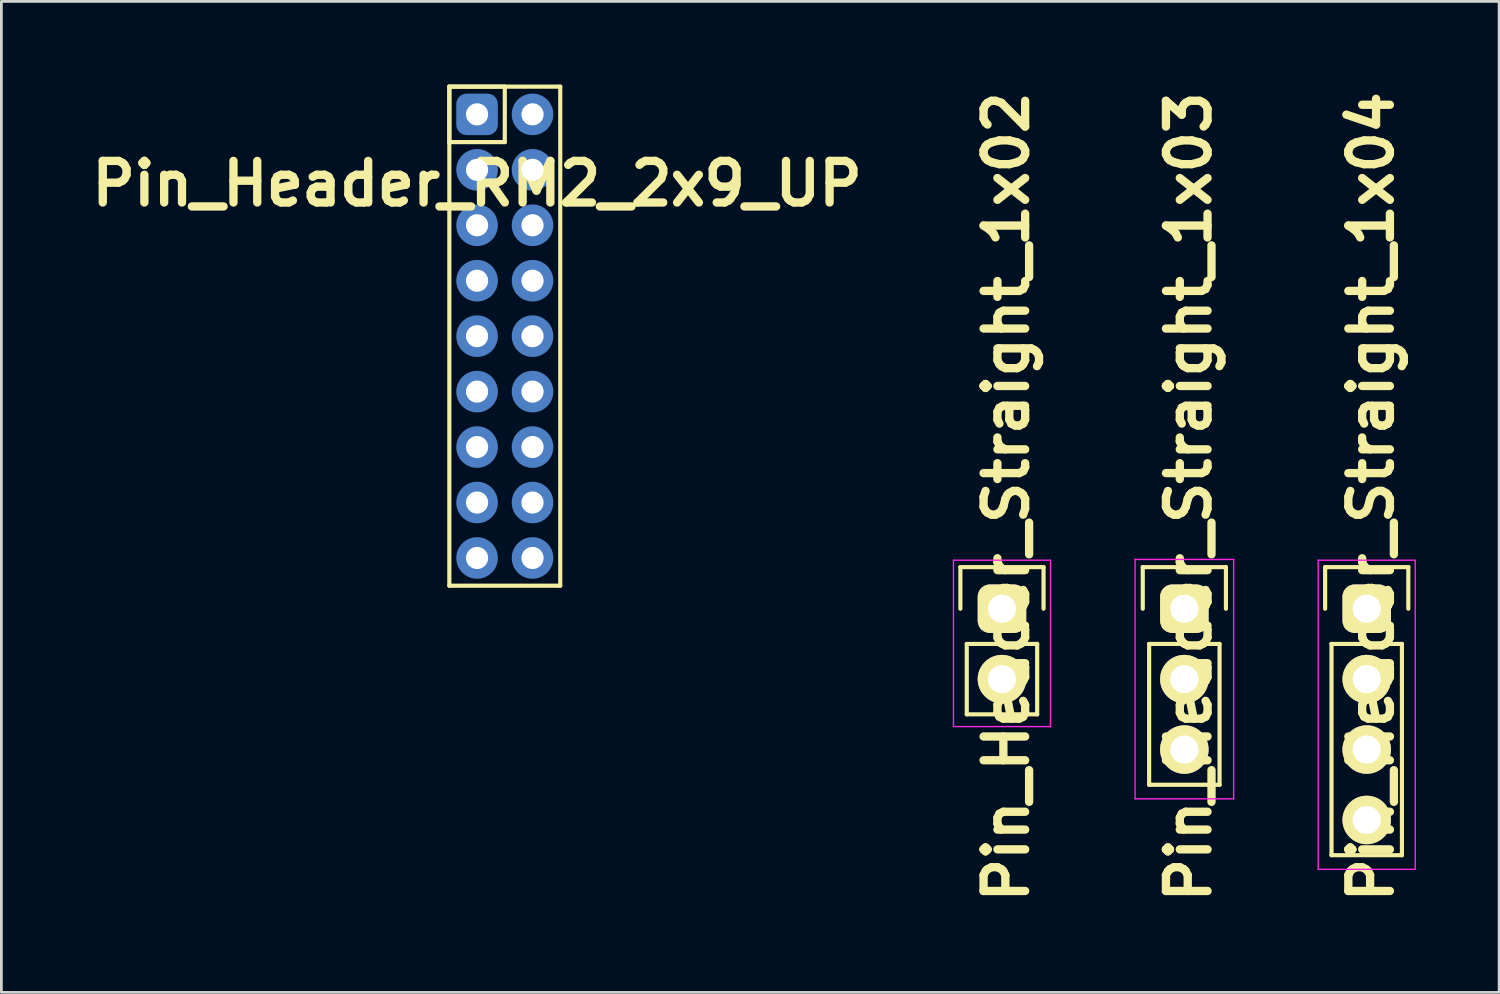
<source format=kicad_pcb>
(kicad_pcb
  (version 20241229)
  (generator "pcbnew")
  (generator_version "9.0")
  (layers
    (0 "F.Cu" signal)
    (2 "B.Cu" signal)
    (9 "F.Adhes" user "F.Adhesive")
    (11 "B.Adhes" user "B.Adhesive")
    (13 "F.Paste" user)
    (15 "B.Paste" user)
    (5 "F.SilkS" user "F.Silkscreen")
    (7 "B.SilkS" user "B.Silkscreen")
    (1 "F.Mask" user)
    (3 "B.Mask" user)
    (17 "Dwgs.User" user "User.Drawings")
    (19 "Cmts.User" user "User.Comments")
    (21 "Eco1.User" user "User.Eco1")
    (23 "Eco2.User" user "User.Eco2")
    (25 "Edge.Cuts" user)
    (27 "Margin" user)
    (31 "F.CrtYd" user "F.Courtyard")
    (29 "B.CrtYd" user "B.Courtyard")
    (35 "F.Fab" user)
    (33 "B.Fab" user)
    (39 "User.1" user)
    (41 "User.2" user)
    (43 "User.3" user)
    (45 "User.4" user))
  (footprint "Pin_Header_Straight_1x03"
    (layer "F.Cu")
    (at 39.667 18.905)
    (property "Reference" "Pin_Header_Straight_1x03" (at 0.158 -4.034 270) (layer "F.SilkS") (effects (font (size 1.5 1.5) (thickness 0.3))))
    (attr through_hole)
    (fp_line (start -1.5 -1.5) (end 1.5 -1.5) (stroke (width 0.15) (type solid)) (layer "F.SilkS"))
    (fp_line (start -1.5 0) (end -1.5 -1.5) (stroke (width 0.15) (type solid)) (layer "F.SilkS"))
    (fp_line (start -1.27 1.27) (end -1.27 6.35) (stroke (width 0.15) (type solid)) (layer "F.SilkS"))
    (fp_line (start -1.27 6.35) (end 1.27 6.35) (stroke (width 0.15) (type solid)) (layer "F.SilkS"))
    (fp_line (start 1.27 1.27) (end -1.27 1.27) (stroke (width 0.15) (type solid)) (layer "F.SilkS"))
    (fp_line (start 1.27 1.27) (end 1.27 6.35) (stroke (width 0.15) (type solid)) (layer "F.SilkS"))
    (fp_line (start 1.5 -1.5) (end 1.5 0) (stroke (width 0.15) (type solid)) (layer "F.SilkS"))
    (fp_line (start -1.778 -1.778) (end -1.778 6.858) (stroke (width 0.05) (type solid)) (layer "F.CrtYd"))
    (fp_line (start -1.778 -1.778) (end 1.778 -1.778) (stroke (width 0.05) (type solid)) (layer "F.CrtYd"))
    (fp_line (start -1.778 6.858) (end 1.778 6.858) (stroke (width 0.05) (type solid)) (layer "F.CrtYd"))
    (fp_line (start 1.778 -1.778) (end 1.778 6.858) (stroke (width 0.05) (type solid)) (layer "F.CrtYd"))
    (pad "1" thru_hole roundrect (at 0 0) (size 1.75 1.75) (drill 1.016) (layers "*.Cu" "*.Mask" "F.SilkS") (roundrect_rratio 0.25))
    (pad "2" thru_hole circle (at 0 2.54) (size 1.75 1.75) (drill 1.016) (layers "*.Cu" "*.Mask" "F.SilkS"))
    (pad "3" thru_hole circle (at 0 5.08) (size 1.75 1.75) (drill 1.016) (layers "*.Cu" "*.Mask" "F.SilkS")))
  (footprint "Pin_Header_RM2_2x9_UP"
    (layer "F.Cu")
    (at 14.157 1.075)
    (property "Reference" "Pin_Header_RM2_2x9_UP" (at 0 2.5 0) (layer "F.SilkS") (effects (font (size 1.5 1.5) (thickness 0.3))))
    (attr through_hole)
    (fp_line (start -1 -1) (end 1 -1) (stroke (width 0.15) (type solid)) (layer "F.SilkS"))
    (fp_line (start -1 -1) (end 3 -1) (stroke (width 0.15) (type solid)) (layer "F.SilkS"))
    (fp_line (start -1 1) (end -1 -1) (stroke (width 0.15) (type solid)) (layer "F.SilkS"))
    (fp_line (start -1 17) (end -1 -1) (stroke (width 0.15) (type solid)) (layer "F.SilkS"))
    (fp_line (start 1 -1) (end 1 1) (stroke (width 0.15) (type solid)) (layer "F.SilkS"))
    (fp_line (start 1 1) (end -1 1) (stroke (width 0.15) (type solid)) (layer "F.SilkS"))
    (fp_line (start 3 -1) (end 3 17) (stroke (width 0.15) (type solid)) (layer "F.SilkS"))
    (fp_line (start 3 17) (end -1 17) (stroke (width 0.15) (type solid)) (layer "F.SilkS"))
    (pad "1" thru_hole circle (at 0 0) (size 1.1 1.1) (drill 0.8) (layers "*.Cu" "*.Mask"))
    (pad "1" smd roundrect (at 0 0) (size 1.25 1.25) (layers "F.Cu" "F.Mask") (roundrect_rratio 0.25))
    (pad "1" smd roundrect (at 0 0) (size 1.5 1.5) (layers "B.Cu" "B.Mask") (roundrect_rratio 0.25))
    (pad "2" thru_hole circle (at 2 0) (size 1.1 1.1) (drill 0.8) (layers "*.Cu" "*.Mask"))
    (pad "2" smd circle (at 2 0) (size 1.25 1.25) (layers "F.Cu" "F.Mask"))
    (pad "2" smd circle (at 2 0) (size 1.5 1.5) (layers "B.Cu" "B.Mask"))
    (pad "3" thru_hole circle (at 0 2) (size 1.1 1.1) (drill 0.8) (layers "*.Cu" "*.Mask"))
    (pad "3" smd circle (at 0 2) (size 1.25 1.25) (layers "F.Cu" "F.Mask"))
    (pad "3" smd circle (at 0 2) (size 1.5 1.5) (layers "B.Cu" "B.Mask"))
    (pad "4" thru_hole circle (at 2 2) (size 1.1 1.1) (drill 0.8) (layers "*.Cu" "*.Mask"))
    (pad "4" smd circle (at 2 2) (size 1.25 1.25) (layers "F.Cu" "F.Mask"))
    (pad "4" smd circle (at 2 2) (size 1.5 1.5) (layers "B.Cu" "B.Mask"))
    (pad "5" thru_hole circle (at 0 4) (size 1.1 1.1) (drill 0.8) (layers "*.Cu" "*.Mask"))
    (pad "5" smd circle (at 0 4) (size 1.25 1.25) (layers "F.Cu" "F.Mask"))
    (pad "5" smd circle (at 0 4) (size 1.5 1.5) (layers "B.Cu" "B.Mask"))
    (pad "6" thru_hole circle (at 2 4) (size 1.1 1.1) (drill 0.8) (layers "*.Cu" "*.Mask"))
    (pad "6" smd circle (at 2 4) (size 1.25 1.25) (layers "F.Cu" "F.Mask"))
    (pad "6" smd circle (at 2 4) (size 1.5 1.5) (layers "B.Cu" "B.Mask"))
    (pad "7" thru_hole circle (at 0 6) (size 1.1 1.1) (drill 0.8) (layers "*.Cu" "*.Mask"))
    (pad "7" smd circle (at 0 6) (size 1.25 1.25) (layers "F.Cu" "F.Mask"))
    (pad "7" smd circle (at 0 6) (size 1.5 1.5) (layers "B.Cu" "B.Mask"))
    (pad "8" thru_hole circle (at 2 6) (size 1.1 1.1) (drill 0.8) (layers "*.Cu" "*.Mask"))
    (pad "8" smd circle (at 2 6) (size 1.25 1.25) (layers "F.Cu" "F.Mask"))
    (pad "8" smd circle (at 2 6) (size 1.5 1.5) (layers "B.Cu" "B.Mask"))
    (pad "9" thru_hole circle (at 0 8) (size 1.1 1.1) (drill 0.8) (layers "*.Cu" "*.Mask"))
    (pad "9" smd circle (at 0 8) (size 1.25 1.25) (layers "F.Cu" "F.Mask"))
    (pad "9" smd circle (at 0 8) (size 1.5 1.5) (layers "B.Cu" "B.Mask"))
    (pad "10" thru_hole circle (at 2 8) (size 1.1 1.1) (drill 0.8) (layers "*.Cu" "*.Mask"))
    (pad "10" smd circle (at 2 8) (size 1.25 1.25) (layers "F.Cu" "F.Mask"))
    (pad "10" smd circle (at 2 8) (size 1.5 1.5) (layers "B.Cu" "B.Mask"))
    (pad "11" thru_hole circle (at 0 10) (size 1.1 1.1) (drill 0.8) (layers "*.Cu" "*.Mask"))
    (pad "11" smd circle (at 0 10) (size 1.25 1.25) (layers "F.Cu" "F.Mask"))
    (pad "11" smd circle (at 0 10) (size 1.5 1.5) (layers "B.Cu" "B.Mask"))
    (pad "12" thru_hole circle (at 2 10) (size 1.1 1.1) (drill 0.8) (layers "*.Cu" "*.Mask"))
    (pad "12" smd circle (at 2 10) (size 1.25 1.25) (layers "F.Cu" "F.Mask"))
    (pad "12" smd circle (at 2 10) (size 1.5 1.5) (layers "B.Cu" "B.Mask"))
    (pad "13" thru_hole circle (at 0 12) (size 1.1 1.1) (drill 0.8) (layers "*.Cu" "*.Mask"))
    (pad "13" smd circle (at 0 12) (size 1.25 1.25) (layers "F.Cu" "F.Mask"))
    (pad "13" smd circle (at 0 12) (size 1.5 1.5) (layers "B.Cu" "B.Mask"))
    (pad "14" thru_hole circle (at 2 12) (size 1.1 1.1) (drill 0.8) (layers "*.Cu" "*.Mask"))
    (pad "14" smd circle (at 2 12) (size 1.25 1.25) (layers "F.Cu" "F.Mask"))
    (pad "14" smd circle (at 2 12) (size 1.5 1.5) (layers "B.Cu" "B.Mask"))
    (pad "15" thru_hole circle (at 0 14) (size 1.1 1.1) (drill 0.8) (layers "*.Cu" "*.Mask"))
    (pad "15" smd circle (at 0 14) (size 1.25 1.25) (layers "F.Cu" "F.Mask"))
    (pad "15" smd circle (at 0 14) (size 1.5 1.5) (layers "B.Cu" "B.Mask"))
    (pad "16" thru_hole circle (at 2 14) (size 1.1 1.1) (drill 0.8) (layers "*.Cu" "*.Mask"))
    (pad "16" smd circle (at 2 14) (size 1.25 1.25) (layers "F.Cu" "F.Mask"))
    (pad "16" smd circle (at 2 14) (size 1.5 1.5) (layers "B.Cu" "B.Mask"))
    (pad "17" thru_hole circle (at 0 16) (size 1.1 1.1) (drill 0.8) (layers "*.Cu" "*.Mask"))
    (pad "17" smd circle (at 0 16) (size 1.25 1.25) (layers "F.Cu" "F.Mask"))
    (pad "17" smd circle (at 0 16) (size 1.5 1.5) (layers "B.Cu" "B.Mask"))
    (pad "18" thru_hole circle (at 2 16) (size 1.1 1.1) (drill 0.8) (layers "*.Cu" "*.Mask"))
    (pad "18" smd circle (at 2 16) (size 1.25 1.25) (layers "F.Cu" "F.Mask"))
    (pad "18" smd circle (at 2 16) (size 1.5 1.5) (layers "B.Cu" "B.Mask")))
  (footprint "Pin_Header_Straight_1x02"
    (layer "F.Cu")
    (at 33.089 18.905)
    (property "Reference" "Pin_Header_Straight_1x02" (at 0.158 -4.034 270) (layer "F.SilkS") (effects (font (size 1.5 1.5) (thickness 0.3))))
    (attr through_hole)
    (fp_line (start -1.5 -1.5) (end 1.5 -1.5) (stroke (width 0.15) (type solid)) (layer "F.SilkS"))
    (fp_line (start -1.5 0) (end -1.5 -1.5) (stroke (width 0.15) (type solid)) (layer "F.SilkS"))
    (fp_line (start -1.27 1.27) (end -1.27 3.81) (stroke (width 0.15) (type solid)) (layer "F.SilkS"))
    (fp_line (start -1.27 3.81) (end 1.27 3.81) (stroke (width 0.15) (type solid)) (layer "F.SilkS"))
    (fp_line (start 1.27 1.27) (end -1.27 1.27) (stroke (width 0.15) (type solid)) (layer "F.SilkS"))
    (fp_line (start 1.27 1.27) (end 1.27 3.81) (stroke (width 0.15) (type solid)) (layer "F.SilkS"))
    (fp_line (start 1.5 -1.5) (end 1.5 0) (stroke (width 0.15) (type solid)) (layer "F.SilkS"))
    (fp_line (start -1.75 -1.75) (end -1.75 4.25) (stroke (width 0.05) (type solid)) (layer "F.CrtYd"))
    (fp_line (start -1.75 -1.75) (end 1.75 -1.75) (stroke (width 0.05) (type solid)) (layer "F.CrtYd"))
    (fp_line (start -1.75 4.25) (end 1.75 4.25) (stroke (width 0.05) (type solid)) (layer "F.CrtYd"))
    (fp_line (start 1.75 -1.75) (end 1.75 4.25) (stroke (width 0.05) (type solid)) (layer "F.CrtYd"))
    (pad "1" thru_hole roundrect (at 0 0) (size 1.75 1.75) (drill 1.016) (layers "*.Cu" "*.Mask" "F.SilkS") (roundrect_rratio 0.25))
    (pad "2" thru_hole circle (at 0 2.54) (size 1.75 1.75) (drill 1.016) (layers "*.Cu" "*.Mask" "F.SilkS")))
  (footprint "Pin_Header_Straight_1x04"
    (layer "F.Cu")
    (at 46.245 18.905)
    (property "Reference" "Pin_Header_Straight_1x04" (at 0.158 -4.034 270) (layer "F.SilkS") (effects (font (size 1.5 1.5) (thickness 0.3))))
    (attr through_hole)
    (fp_line (start -1.5 -1.5) (end 1.5 -1.5) (stroke (width 0.15) (type solid)) (layer "F.SilkS"))
    (fp_line (start -1.5 0) (end -1.5 -1.5) (stroke (width 0.15) (type solid)) (layer "F.SilkS"))
    (fp_line (start -1.27 1.27) (end -1.27 8.89) (stroke (width 0.15) (type solid)) (layer "F.SilkS"))
    (fp_line (start -1.27 8.89) (end 1.27 8.89) (stroke (width 0.15) (type solid)) (layer "F.SilkS"))
    (fp_line (start 1.27 1.27) (end -1.27 1.27) (stroke (width 0.15) (type solid)) (layer "F.SilkS"))
    (fp_line (start 1.27 1.27) (end 1.27 8.89) (stroke (width 0.15) (type solid)) (layer "F.SilkS"))
    (fp_line (start 1.5 -1.5) (end 1.5 0) (stroke (width 0.15) (type solid)) (layer "F.SilkS"))
    (fp_line (start -1.75 -1.75) (end -1.75 9.4) (stroke (width 0.05) (type solid)) (layer "F.CrtYd"))
    (fp_line (start -1.75 -1.75) (end 1.75 -1.75) (stroke (width 0.05) (type solid)) (layer "F.CrtYd"))
    (fp_line (start -1.75 9.4) (end 1.75 9.4) (stroke (width 0.05) (type solid)) (layer "F.CrtYd"))
    (fp_line (start 1.75 -1.75) (end 1.75 9.4) (stroke (width 0.05) (type solid)) (layer "F.CrtYd"))
    (pad "1" thru_hole roundrect (at 0 0) (size 1.75 1.75) (drill 1.016) (layers "*.Cu" "*.Mask" "F.SilkS") (roundrect_rratio 0.25))
    (pad "2" thru_hole circle (at 0 2.54) (size 1.75 1.75) (drill 1.016) (layers "*.Cu" "*.Mask" "F.SilkS"))
    (pad "3" thru_hole circle (at 0 5.08) (size 1.75 1.75) (drill 1.016) (layers "*.Cu" "*.Mask" "F.SilkS"))
    (pad "4" thru_hole circle (at 0 7.62) (size 1.75 1.75) (drill 1.016) (layers "*.Cu" "*.Mask" "F.SilkS")))
  (gr_rect
    (start -3 -3)
    (end 51.02 32.743)
    (stroke (width 0.1) (type default))
    (fill no)
    (layer "Edge.Cuts")))
</source>
